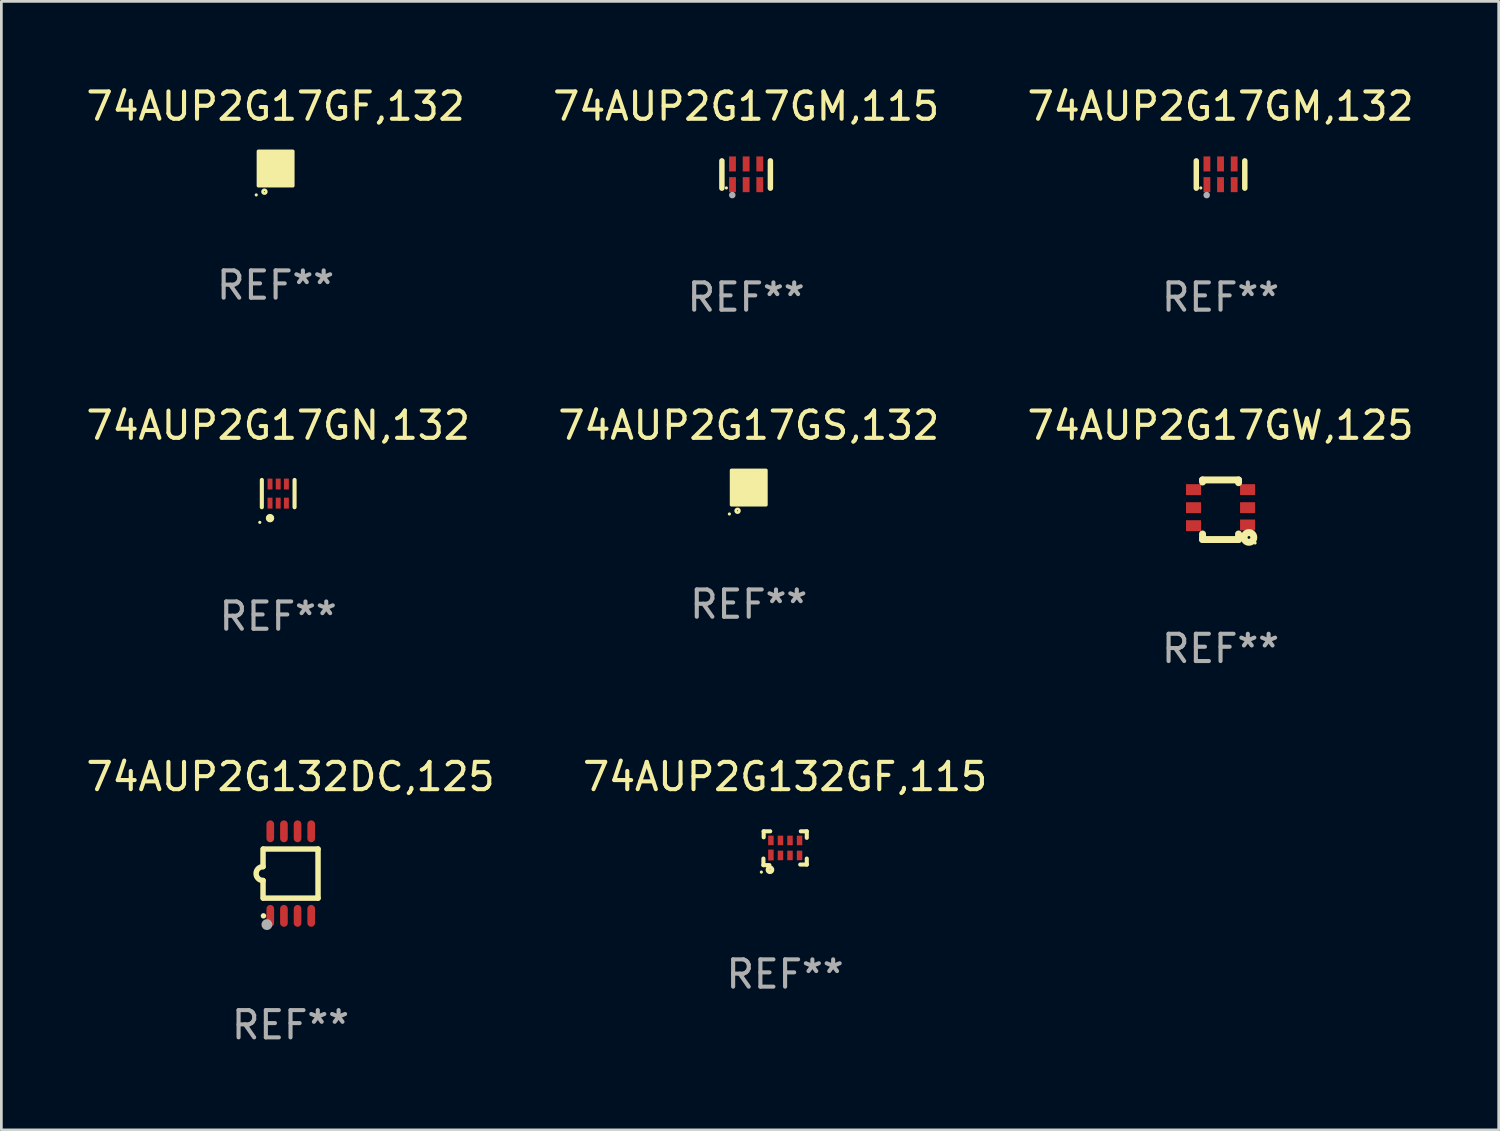
<source format=kicad_pcb>
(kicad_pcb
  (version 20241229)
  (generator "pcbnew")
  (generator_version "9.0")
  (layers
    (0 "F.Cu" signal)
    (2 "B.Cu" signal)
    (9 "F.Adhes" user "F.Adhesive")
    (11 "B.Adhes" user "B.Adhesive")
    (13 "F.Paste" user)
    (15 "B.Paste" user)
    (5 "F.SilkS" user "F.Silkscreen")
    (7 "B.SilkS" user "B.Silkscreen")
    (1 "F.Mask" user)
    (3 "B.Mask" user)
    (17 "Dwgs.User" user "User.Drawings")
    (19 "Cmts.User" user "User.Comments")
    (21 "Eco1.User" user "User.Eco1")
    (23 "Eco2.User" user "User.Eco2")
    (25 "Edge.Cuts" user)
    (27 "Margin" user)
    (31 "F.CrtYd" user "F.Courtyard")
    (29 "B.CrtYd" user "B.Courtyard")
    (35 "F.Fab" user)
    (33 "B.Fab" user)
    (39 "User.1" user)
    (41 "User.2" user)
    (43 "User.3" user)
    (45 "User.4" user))
  (footprint "74AUP2G17GM,132"
    (layer "F.Cu")
    (at 41.696 3.348)
    (property "Reference" "74AUP2G17GM,132" (at 0 -2.5 0) (layer "F.SilkS") (effects (font (size 1 1) (thickness 0.15))))
    (attr through_hole)
    (fp_line (start -0.889 0.5) (end -0.889 -0.5) (stroke (width 0.2) (type solid)) (layer "F.SilkS"))
    (fp_line (start 0.889 0.5) (end 0.889 -0.5) (stroke (width 0.2) (type solid)) (layer "F.SilkS"))
    (fp_circle (center -0.725 0.492) (end -0.695 0.492) (stroke (width 0.06) (type solid)) (fill no) (layer "F.SilkS"))
    (fp_circle (center -0.508 0.754) (end -0.448 0.754) (stroke (width 0.12) (type solid)) (fill no) (layer "F.Fab"))
    (fp_text user "REF**" (at 0 4.5 0) (layer "F.Fab") (effects (font (size 1 1) (thickness 0.15))))
    (pad "1" smd rect (at -0.5 0.372) (size 0.25 0.55) (layers "F.Cu" "F.Mask" "F.Paste"))
    (pad "2" smd rect (at -0.000127 0.372) (size 0.25 0.55) (layers "F.Cu" "F.Mask" "F.Paste"))
    (pad "3" smd rect (at 0.5 0.372) (size 0.25 0.55) (layers "F.Cu" "F.Mask" "F.Paste"))
    (pad "4" smd rect (at 0.5 -0.388 180) (size 0.25 0.55) (layers "F.Cu" "F.Mask" "F.Paste"))
    (pad "5" smd rect (at -0.000127 -0.388 180) (size 0.25 0.55) (layers "F.Cu" "F.Mask" "F.Paste"))
    (pad "6" smd rect (at -0.5 -0.388 180) (size 0.25 0.55) (layers "F.Cu" "F.Mask" "F.Paste")))
  (footprint "74AUP2G17GM,115"
    (layer "F.Cu")
    (at 24.304 3.348)
    (property "Reference" "74AUP2G17GM,115" (at 0 -2.5 0) (layer "F.SilkS") (effects (font (size 1 1) (thickness 0.15))))
    (attr through_hole)
    (fp_line (start -0.889 0.5) (end -0.889 -0.5) (stroke (width 0.2) (type solid)) (layer "F.SilkS"))
    (fp_line (start 0.889 0.5) (end 0.889 -0.5) (stroke (width 0.2) (type solid)) (layer "F.SilkS"))
    (fp_circle (center -0.725 0.492) (end -0.695 0.492) (stroke (width 0.06) (type solid)) (fill no) (layer "F.SilkS"))
    (fp_circle (center -0.508 0.754) (end -0.448 0.754) (stroke (width 0.12) (type solid)) (fill no) (layer "F.Fab"))
    (fp_text user "REF**" (at 0 4.5 0) (layer "F.Fab") (effects (font (size 1 1) (thickness 0.15))))
    (pad "1" smd rect (at -0.5 0.372) (size 0.25 0.55) (layers "F.Cu" "F.Mask" "F.Paste"))
    (pad "2" smd rect (at -0.000127 0.372) (size 0.25 0.55) (layers "F.Cu" "F.Mask" "F.Paste"))
    (pad "3" smd rect (at 0.5 0.372) (size 0.25 0.55) (layers "F.Cu" "F.Mask" "F.Paste"))
    (pad "4" smd rect (at 0.5 -0.388 180) (size 0.25 0.55) (layers "F.Cu" "F.Mask" "F.Paste"))
    (pad "5" smd rect (at -0.000127 -0.388 180) (size 0.25 0.55) (layers "F.Cu" "F.Mask" "F.Paste"))
    (pad "6" smd rect (at -0.5 -0.388 180) (size 0.25 0.55) (layers "F.Cu" "F.Mask" "F.Paste")))
  (footprint "74AUP2G132GF,115"
    (layer "F.Cu")
    (at 25.732 28.046)
    (property "Reference" "74AUP2G132GF,115" (at 0 -2.62 0) (layer "F.SilkS") (effects (font (size 1 1) (thickness 0.15))))
    (attr through_hole)
    (fp_line (start -0.795 0.62) (end -0.795 0.38) (stroke (width 0.15) (type solid)) (layer "F.SilkS"))
    (fp_line (start -0.785 -0.62) (end -0.545 -0.62) (stroke (width 0.15) (type solid)) (layer "F.SilkS"))
    (fp_line (start -0.785 -0.4) (end -0.785 -0.62) (stroke (width 0.15) (type solid)) (layer "F.SilkS"))
    (fp_line (start -0.575 0.62) (end -0.795 0.62) (stroke (width 0.15) (type solid)) (layer "F.SilkS"))
    (fp_line (start 0.575 -0.62) (end 0.795 -0.62) (stroke (width 0.15) (type solid)) (layer "F.SilkS"))
    (fp_line (start 0.795 -0.62) (end 0.795 -0.38) (stroke (width 0.15) (type solid)) (layer "F.SilkS"))
    (fp_line (start 0.795 0.38) (end 0.795 0.6) (stroke (width 0.15) (type solid)) (layer "F.SilkS"))
    (fp_line (start 0.795 0.6) (end 0.555 0.6) (stroke (width 0.15) (type solid)) (layer "F.SilkS"))
    (fp_circle (center -0.87 0.875) (end -0.84 0.875) (stroke (width 0.06) (type solid)) (fill no) (layer "F.SilkS"))
    (fp_circle (center -0.555 0.79) (end -0.545 0.79) (stroke (width 0.15) (type solid)) (fill no) (layer "F.SilkS"))
    (fp_text user "REF**" (at 0 4.62 0) (layer "F.Fab") (effects (font (size 1 1) (thickness 0.15))))
    (pad "1" smd rect (at -0.52 0.25) (size 0.2 0.4) (layers "F.Cu" "F.Mask" "F.Paste"))
    (pad "2" smd rect (at -0.17 0.265) (size 0.2 0.35) (layers "F.Cu" "F.Mask" "F.Paste"))
    (pad "3" smd rect (at 0.18 0.265) (size 0.2 0.35) (layers "F.Cu" "F.Mask" "F.Paste"))
    (pad "4" smd rect (at 0.53 0.265) (size 0.2 0.35) (layers "F.Cu" "F.Mask" "F.Paste"))
    (pad "5" smd rect (at 0.53 -0.285) (size 0.2 0.35) (layers "F.Cu" "F.Mask" "F.Paste"))
    (pad "6" smd rect (at 0.18 -0.285) (size 0.2 0.35) (layers "F.Cu" "F.Mask" "F.Paste"))
    (pad "7" smd rect (at -0.17 -0.285) (size 0.2 0.35) (layers "F.Cu" "F.Mask" "F.Paste"))
    (pad "8" smd rect (at -0.52 -0.285) (size 0.2 0.35) (layers "F.Cu" "F.Mask" "F.Paste")))
  (footprint "74AUP2G17GF,132"
    (layer "F.Cu")
    (at 7.054 3.128)
    (property "Reference" "74AUP2G17GF,132" (at 0 -2.28 0) (layer "F.SilkS") (effects (font (size 1 1) (thickness 0.15))))
    (attr through_hole)
    (fp_circle (center -0.71 0.968) (end -0.68 0.968) (stroke (width 0.06) (type solid)) (fill no) (layer "F.SilkS"))
    (fp_circle (center -0.41 0.85) (end -0.342 0.85) (stroke (width 0.1) (type solid)) (fill no) (layer "F.SilkS"))
    (fp_poly (pts (xy -0.635 -0.635) (xy 0.635 -0.635) (xy 0.635 0.635) (xy -0.635 0.635)) (stroke (width 0.12) (type solid)) (fill yes) (layer "F.SilkS"))
    (fp_text user "REF**" (at 0 4.28 0) (layer "F.Fab") (effects (font (size 1 1) (thickness 0.15))))
    (pad "1" smd rect (at -0.35 0.28 90) (size 0.35 0.2) (layers "F.Cu" "F.Mask" "F.Paste"))
    (pad "2" smd rect (at 0 0.28 90) (size 0.35 0.2) (layers "F.Cu" "F.Mask" "F.Paste"))
    (pad "3" smd rect (at 0.35 0.28 90) (size 0.35 0.2) (layers "F.Cu" "F.Mask" "F.Paste"))
    (pad "4" smd rect (at 0.35 -0.28 90) (size 0.35 0.2) (layers "F.Cu" "F.Mask" "F.Paste"))
    (pad "5" smd rect (at 0 -0.28 90) (size 0.35 0.2) (layers "F.Cu" "F.Mask" "F.Paste"))
    (pad "6" smd rect (at -0.35 -0.28 90) (size 0.35 0.2) (layers "F.Cu" "F.Mask" "F.Paste")))
  (footprint "74AUP2G17GS,132"
    (layer "F.Cu")
    (at 24.399 14.825)
    (property "Reference" "74AUP2G17GS,132" (at 0 -2.28 0) (layer "F.SilkS") (effects (font (size 1 1) (thickness 0.15))))
    (attr through_hole)
    (fp_circle (center -0.71 0.968) (end -0.68 0.968) (stroke (width 0.06) (type solid)) (fill no) (layer "F.SilkS"))
    (fp_circle (center -0.41 0.85) (end -0.342 0.85) (stroke (width 0.1) (type solid)) (fill no) (layer "F.SilkS"))
    (fp_poly (pts (xy -0.635 -0.635) (xy 0.635 -0.635) (xy 0.635 0.635) (xy -0.635 0.635)) (stroke (width 0.12) (type solid)) (fill yes) (layer "F.SilkS"))
    (fp_text user "REF**" (at 0 4.28 0) (layer "F.Fab") (effects (font (size 1 1) (thickness 0.15))))
    (pad "1" smd rect (at -0.35 0.28 90) (size 0.35 0.2) (layers "F.Cu" "F.Mask" "F.Paste"))
    (pad "2" smd rect (at 0 0.28 90) (size 0.35 0.2) (layers "F.Cu" "F.Mask" "F.Paste"))
    (pad "3" smd rect (at 0.35 0.28 90) (size 0.35 0.2) (layers "F.Cu" "F.Mask" "F.Paste"))
    (pad "4" smd rect (at 0.35 -0.28 90) (size 0.35 0.2) (layers "F.Cu" "F.Mask" "F.Paste"))
    (pad "5" smd rect (at 0 -0.28 90) (size 0.35 0.2) (layers "F.Cu" "F.Mask" "F.Paste"))
    (pad "6" smd rect (at -0.35 -0.28 90) (size 0.35 0.2) (layers "F.Cu" "F.Mask" "F.Paste")))
  (footprint "74AUP2G17GN,132"
    (layer "F.Cu")
    (at 7.149 15.045)
    (property "Reference" "74AUP2G17GN,132" (at 0 -2.5 0) (layer "F.SilkS") (effects (font (size 1 1) (thickness 0.15))))
    (attr through_hole)
    (fp_line (start -0.6 -0.5) (end -0.6 0.5) (stroke (width 0.15) (type solid)) (layer "F.SilkS"))
    (fp_line (start 0.6 0.5) (end 0.6 -0.5) (stroke (width 0.15) (type solid)) (layer "F.SilkS"))
    (fp_circle (center -0.675 1.055) (end -0.645 1.055) (stroke (width 0.06) (type solid)) (fill no) (layer "F.SilkS"))
    (fp_circle (center -0.3 0.9) (end -0.22 0.9) (stroke (width 0.15) (type solid)) (fill no) (layer "F.SilkS"))
    (fp_text user "REF**" (at 0 4.5 0) (layer "F.Fab") (effects (font (size 1 1) (thickness 0.15))))
    (pad "1" smd rect (at -0.3 0.35) (size 0.18 0.4) (layers "F.Cu" "F.Mask" "F.Paste"))
    (pad "2" smd rect (at 0.000025 0.35) (size 0.18 0.4) (layers "F.Cu" "F.Mask" "F.Paste"))
    (pad "3" smd rect (at 0.3 0.35) (size 0.18 0.4) (layers "F.Cu" "F.Mask" "F.Paste"))
    (pad "4" smd rect (at 0.3 -0.35) (size 0.18 0.4) (layers "F.Cu" "F.Mask" "F.Paste"))
    (pad "5" smd rect (at 0.000025 -0.35) (size 0.18 0.4) (layers "F.Cu" "F.Mask" "F.Paste"))
    (pad "6" smd rect (at -0.3 -0.35) (size 0.18 0.4) (layers "F.Cu" "F.Mask" "F.Paste")))
  (footprint "74AUP2G17GW,125"
    (layer "F.Cu")
    (at 41.696 15.637)
    (property "Reference" "74AUP2G17GW,125" (at 0 -3.092 0) (layer "F.SilkS") (effects (font (size 1 1) (thickness 0.15))))
    (attr through_hole)
    (fp_line (start -0.66 -1.092) (end -0.66 -1.016) (stroke (width 0.254) (type solid)) (layer "F.SilkS"))
    (fp_line (start -0.66 1.092) (end -0.66 0.889) (stroke (width 0.254) (type solid)) (layer "F.SilkS"))
    (fp_line (start 0.66 -1.092) (end -0.66 -1.092) (stroke (width 0.254) (type solid)) (layer "F.SilkS"))
    (fp_line (start 0.66 -0.991) (end 0.66 -1.092) (stroke (width 0.254) (type solid)) (layer "F.SilkS"))
    (fp_line (start 0.66 0.889) (end 0.66 1.092) (stroke (width 0.254) (type solid)) (layer "F.SilkS"))
    (fp_line (start 0.66 1.092) (end -0.66 1.092) (stroke (width 0.254) (type solid)) (layer "F.SilkS"))
    (fp_circle (center 1.041 1.016) (end 1.092 1.016) (stroke (width 0.254) (type solid)) (fill no) (layer "F.SilkS"))
    (fp_circle (center 1.266 1.219) (end 1.296 1.219) (stroke (width 0.06) (type solid)) (fill no) (layer "F.SilkS"))
    (fp_text user "REF**" (at 0 5.092 0) (layer "F.Fab") (effects (font (size 1 1) (thickness 0.15))))
    (pad "1" smd rect (at 0.991 0.559 270) (size 0.399 0.551) (layers "F.Cu" "F.Mask" "F.Paste"))
    (pad "2" smd rect (at 0.991 -0.076 270) (size 0.399 0.551) (layers "F.Cu" "F.Mask" "F.Paste"))
    (pad "3" smd rect (at 0.991 -0.737 270) (size 0.399 0.551) (layers "F.Cu" "F.Mask" "F.Paste"))
    (pad "4" smd rect (at -0.991 -0.737 270) (size 0.399 0.551) (layers "F.Cu" "F.Mask" "F.Paste"))
    (pad "5" smd rect (at -0.991 -0.076 270) (size 0.399 0.551) (layers "F.Cu" "F.Mask" "F.Paste"))
    (pad "6" smd rect (at -0.991 0.584 270) (size 0.399 0.551) (layers "F.Cu" "F.Mask" "F.Paste")))
  (footprint "74AUP2G132DC,125"
    (layer "F.Cu")
    (at 7.601 28.976)
    (property "Reference" "74AUP2G132DC,125" (at 0 -3.55 0) (layer "F.SilkS") (effects (font (size 1 1) (thickness 0.15))))
    (attr through_hole)
    (fp_line (start -1.008 -0.254) (end -1.008 -0.9) (stroke (width 0.2) (type solid)) (layer "F.SilkS"))
    (fp_line (start -1.008 0.254) (end -1.008 0.9) (stroke (width 0.2) (type solid)) (layer "F.SilkS"))
    (fp_line (start -0.992 0.9) (end 1.008 0.9) (stroke (width 0.2) (type solid)) (layer "F.SilkS"))
    (fp_line (start 1.008 -0.9) (end -0.992 -0.9) (stroke (width 0.2) (type solid)) (layer "F.SilkS"))
    (fp_line (start 1.008 0.9) (end 1.008 -0.9) (stroke (width 0.2) (type solid)) (layer "F.SilkS"))
    (fp_arc (start -1.008001 0.254001) (mid -1.262002 0) (end -1.008001 -0.254001) (stroke (width 0.2) (type solid)) (layer "F.SilkS"))
    (fp_circle (center -0.992 1.55) (end -0.942 1.55) (stroke (width 0.1) (type solid)) (fill no) (layer "F.SilkS"))
    (fp_circle (center -0.866 1.87) (end -0.766 1.87) (stroke (width 0.2) (type solid)) (fill no) (layer "F.Fab"))
    (fp_text user "REF**" (at 0 5.55 0) (layer "F.Fab") (effects (font (size 1 1) (thickness 0.15))))
    (pad "1" smd oval (at -0.742 1.55 270) (size 0.8 0.28) (layers "F.Cu" "F.Mask" "F.Paste"))
    (pad "2" smd oval (at -0.242 1.55 270) (size 0.8 0.28) (layers "F.Cu" "F.Mask" "F.Paste"))
    (pad "3" smd oval (at 0.258 1.55 270) (size 0.8 0.28) (layers "F.Cu" "F.Mask" "F.Paste"))
    (pad "4" smd oval (at 0.758 1.55 270) (size 0.8 0.28) (layers "F.Cu" "F.Mask" "F.Paste"))
    (pad "5" smd oval (at 0.758 -1.55 270) (size 0.8 0.28) (layers "F.Cu" "F.Mask" "F.Paste"))
    (pad "6" smd oval (at 0.258 -1.55 270) (size 0.8 0.28) (layers "F.Cu" "F.Mask" "F.Paste"))
    (pad "7" smd oval (at -0.242 -1.55 270) (size 0.8 0.28) (layers "F.Cu" "F.Mask" "F.Paste"))
    (pad "8" smd oval (at -0.742 -1.55 270) (size 0.8 0.28) (layers "F.Cu" "F.Mask" "F.Paste")))
  (gr_rect
    (start -3 -3)
    (end 51.893 38.374)
    (stroke (width 0.1) (type default))
    (fill no)
    (layer "Edge.Cuts")))
</source>
